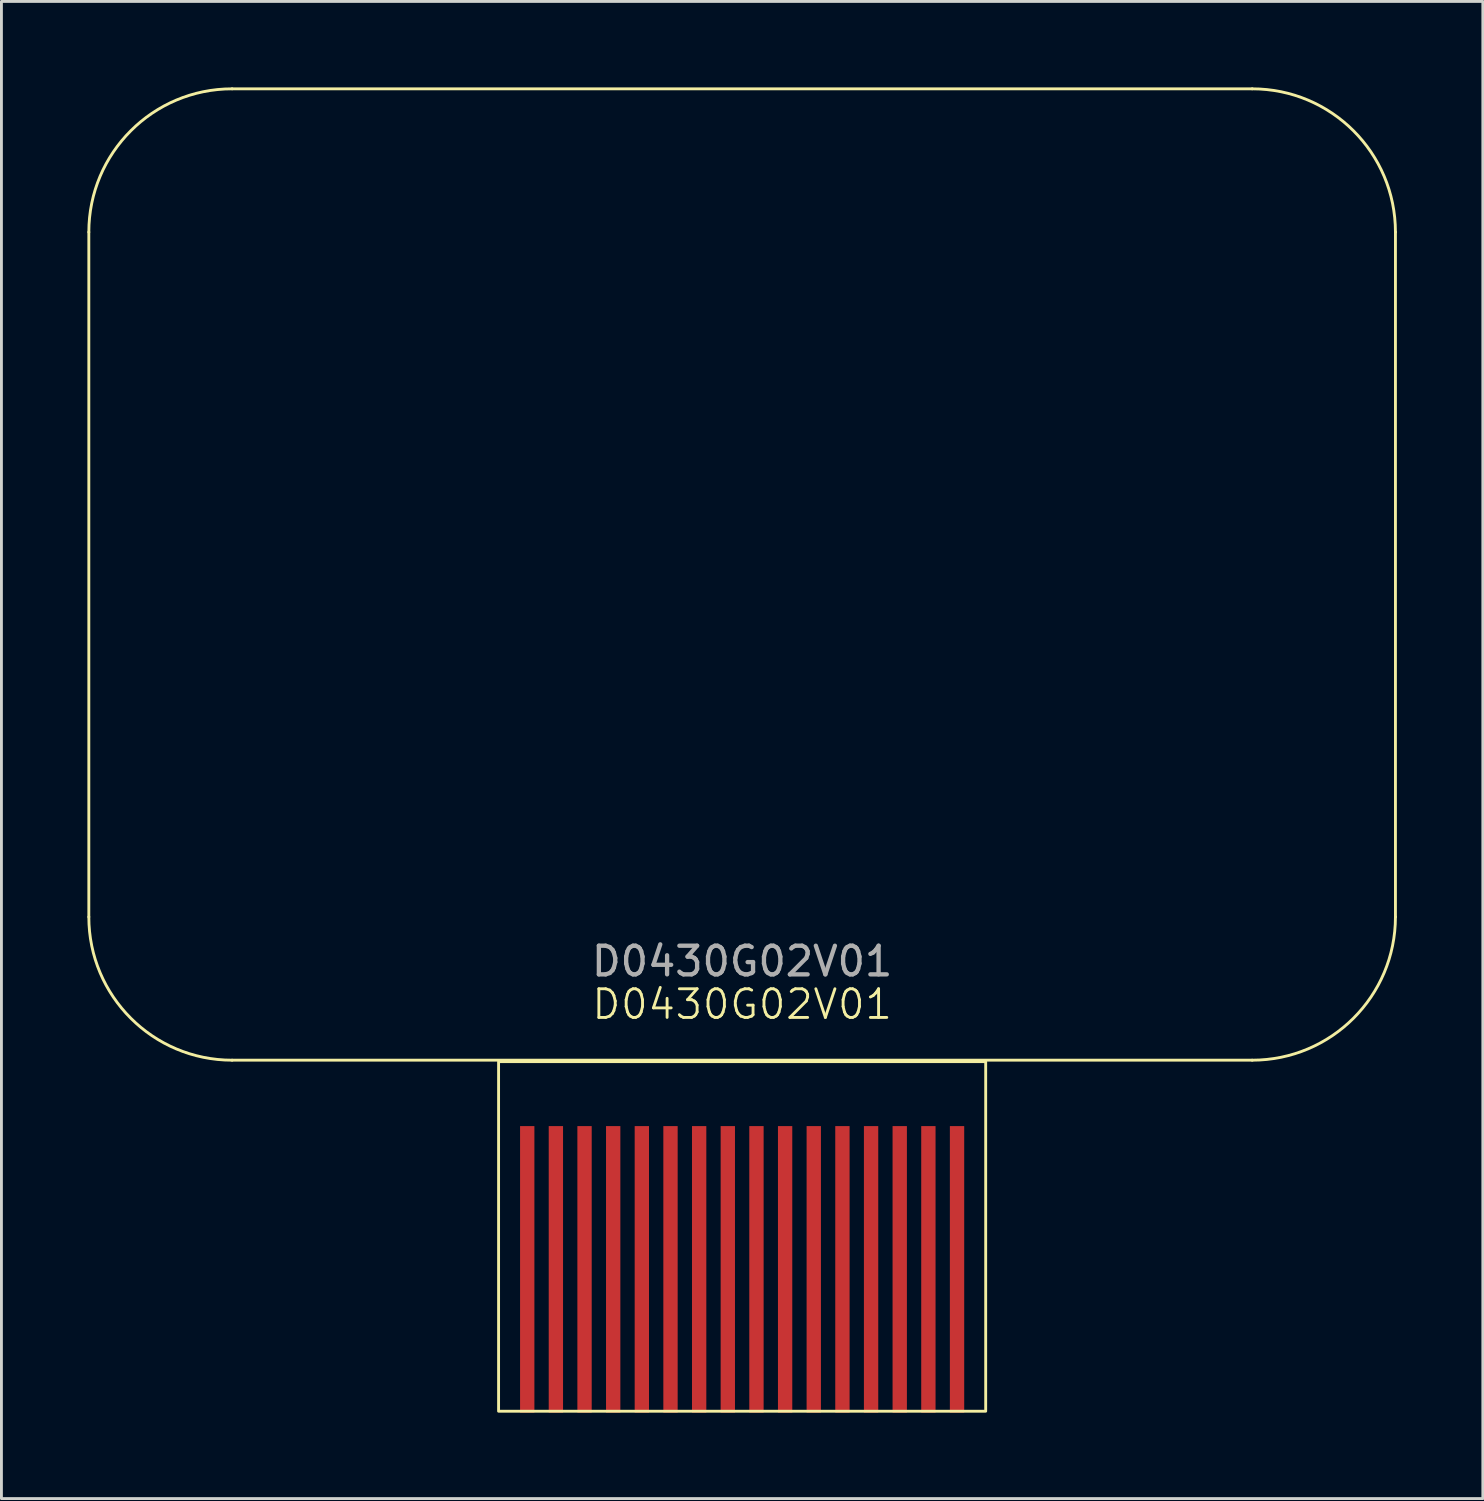
<source format=kicad_pcb>
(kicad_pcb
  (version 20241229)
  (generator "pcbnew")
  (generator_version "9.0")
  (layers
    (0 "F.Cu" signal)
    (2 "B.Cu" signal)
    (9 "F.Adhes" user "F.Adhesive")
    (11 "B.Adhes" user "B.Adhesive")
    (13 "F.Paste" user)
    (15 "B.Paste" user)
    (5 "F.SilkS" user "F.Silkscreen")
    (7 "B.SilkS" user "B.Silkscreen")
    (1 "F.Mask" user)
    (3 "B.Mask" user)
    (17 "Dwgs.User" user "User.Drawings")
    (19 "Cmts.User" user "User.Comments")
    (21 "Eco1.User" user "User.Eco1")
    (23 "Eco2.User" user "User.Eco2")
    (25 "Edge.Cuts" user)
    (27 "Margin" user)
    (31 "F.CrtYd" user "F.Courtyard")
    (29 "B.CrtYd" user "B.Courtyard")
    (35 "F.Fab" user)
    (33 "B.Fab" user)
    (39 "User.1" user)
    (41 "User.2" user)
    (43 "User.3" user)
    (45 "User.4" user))
  (footprint "D0430G02V01"
    (layer "F.Cu")
    (at 5.35 34)
    (property "Reference" "D0430G02V01" (at 17.5 -2 0) (unlocked yes) (layer "F.SilkS") (effects (font (size 1 1) (thickness 0.1))))
    (attr smd)
    (fp_line (start -5.3 -5.05) (end -5.3 -28.95) (stroke (width 0.1) (type default)) (layer "F.SilkS"))
    (fp_line (start -0.3 -33.95) (end 35.3 -33.95) (stroke (width 0.1) (type default)) (layer "F.SilkS"))
    (fp_line (start 35.3 -0.05) (end -0.3 -0.05) (stroke (width 0.1) (type default)) (layer "F.SilkS"))
    (fp_line (start 40.3 -28.95) (end 40.3 -5.05) (stroke (width 0.1) (type default)) (layer "F.SilkS"))
    (fp_rect (start 9 0) (end 26 12.2) (stroke (width 0.1) (type default)) (fill no) (layer "F.SilkS"))
    (fp_arc (start -5.3 -28.95) (mid -3.835534 -32.485534) (end -0.3 -33.95) (stroke (width 0.1) (type default)) (layer "F.SilkS"))
    (fp_arc (start -0.3 -0.05) (mid -3.835534 -1.514466) (end -5.3 -5.05) (stroke (width 0.1) (type default)) (layer "F.SilkS"))
    (fp_arc (start 35.3 -33.95) (mid 38.835534 -32.485534) (end 40.3 -28.95) (stroke (width 0.1) (type default)) (layer "F.SilkS"))
    (fp_arc (start 40.3 -5.05) (mid 38.835534 -1.514466) (end 35.3 -0.05) (stroke (width 0.1) (type default)) (layer "F.SilkS"))
    (fp_text user "${REFERENCE}" (at 17.5 -3.5 0) (unlocked yes) (layer "F.Fab") (effects (font (size 1 1) (thickness 0.15))))
    (pad "1" smd rect (at 10 7.25) (size 0.5 10) (layers "F.Cu" "F.Mask" "F.Paste"))
    (pad "2" smd rect (at 11 7.25) (size 0.5 10) (layers "F.Cu" "F.Mask" "F.Paste"))
    (pad "3" smd rect (at 12 7.25) (size 0.5 10) (layers "F.Cu" "F.Mask" "F.Paste"))
    (pad "4" smd rect (at 13 7.25) (size 0.5 10) (layers "F.Cu" "F.Mask" "F.Paste"))
    (pad "5" smd rect (at 14 7.25) (size 0.5 10) (layers "F.Cu" "F.Mask" "F.Paste"))
    (pad "6" smd rect (at 15 7.25) (size 0.5 10) (layers "F.Cu" "F.Mask" "F.Paste"))
    (pad "7" smd rect (at 16 7.25) (size 0.5 10) (layers "F.Cu" "F.Mask" "F.Paste"))
    (pad "8" smd rect (at 17 7.25) (size 0.5 10) (layers "F.Cu" "F.Mask" "F.Paste"))
    (pad "9" smd rect (at 18 7.25) (size 0.5 10) (layers "F.Cu" "F.Mask" "F.Paste"))
    (pad "10" smd rect (at 19 7.25) (size 0.5 10) (layers "F.Cu" "F.Mask" "F.Paste"))
    (pad "11" smd rect (at 20 7.25) (size 0.5 10) (layers "F.Cu" "F.Mask" "F.Paste"))
    (pad "12" smd rect (at 21 7.25) (size 0.5 10) (layers "F.Cu" "F.Mask" "F.Paste"))
    (pad "13" smd rect (at 22 7.25) (size 0.5 10) (layers "F.Cu" "F.Mask" "F.Paste"))
    (pad "14" smd rect (at 23 7.25) (size 0.5 10) (layers "F.Cu" "F.Mask" "F.Paste"))
    (pad "15" smd rect (at 24 7.25) (size 0.5 10) (layers "F.Cu" "F.Mask" "F.Paste"))
    (pad "16" smd rect (at 25 7.25) (size 0.5 10) (layers "F.Cu" "F.Mask" "F.Paste")))
  (gr_rect
    (start -3 -3)
    (end 48.7 49.25)
    (stroke (width 0.1) (type default))
    (fill no)
    (layer "Edge.Cuts")))
</source>
